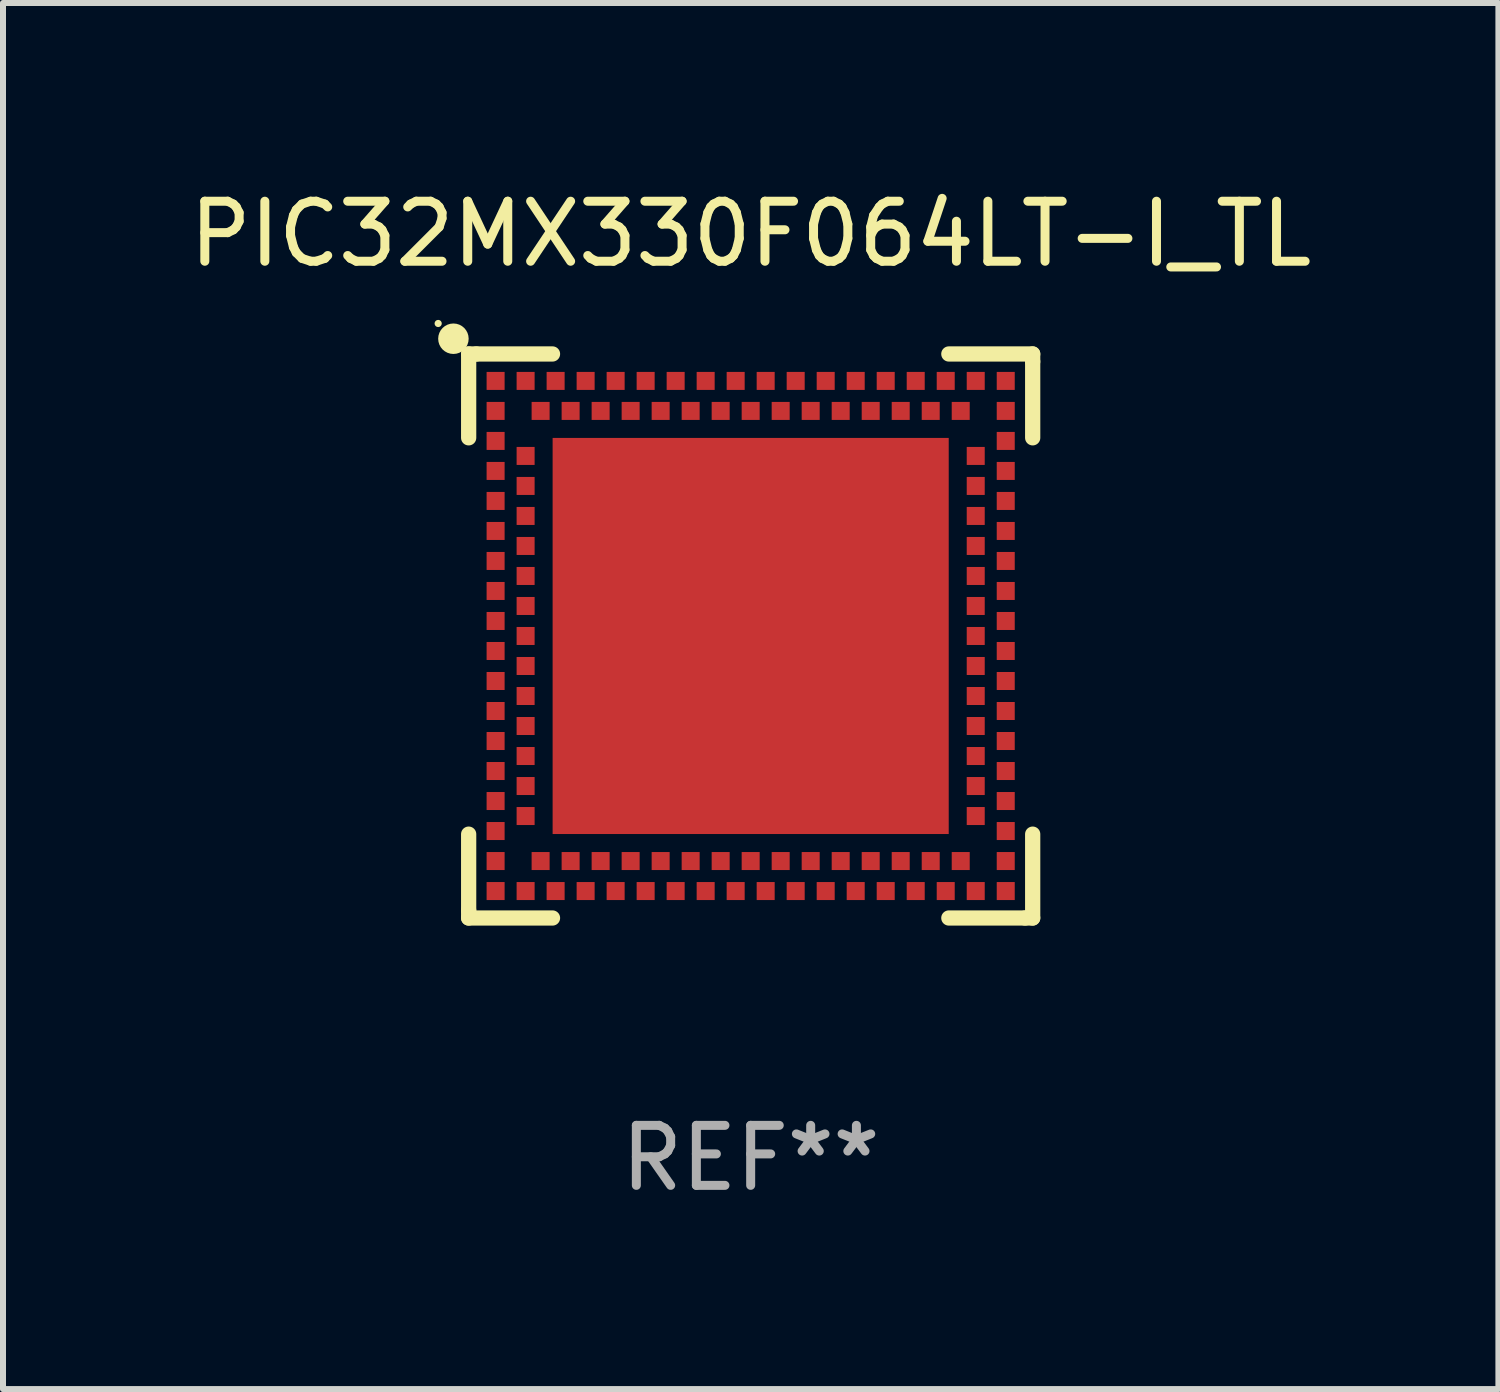
<source format=kicad_pcb>
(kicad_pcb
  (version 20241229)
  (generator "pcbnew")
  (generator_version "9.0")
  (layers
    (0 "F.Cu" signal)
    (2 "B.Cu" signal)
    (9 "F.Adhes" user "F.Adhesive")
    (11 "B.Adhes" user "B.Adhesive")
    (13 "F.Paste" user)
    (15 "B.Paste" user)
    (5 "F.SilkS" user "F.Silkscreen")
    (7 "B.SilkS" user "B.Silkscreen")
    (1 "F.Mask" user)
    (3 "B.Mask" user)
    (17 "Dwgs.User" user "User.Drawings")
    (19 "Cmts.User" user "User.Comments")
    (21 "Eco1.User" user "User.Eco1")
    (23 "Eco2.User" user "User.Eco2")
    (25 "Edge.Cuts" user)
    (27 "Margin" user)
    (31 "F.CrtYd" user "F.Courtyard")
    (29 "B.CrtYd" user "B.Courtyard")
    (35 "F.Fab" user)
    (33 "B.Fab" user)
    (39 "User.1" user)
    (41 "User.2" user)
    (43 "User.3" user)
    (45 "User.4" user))
  (footprint "PIC32MX330F064LT-I_TL"
    (layer "F.Cu")
    (at 9.458 7.547)
    (property "Reference" "PIC32MX330F064LT-I_TL" (at 0 -6.699 0) (layer "F.SilkS") (effects (font (size 1 1) (thickness 0.15))))
    (attr through_hole)
    (fp_line (start -4.699 -4.699) (end -4.699 -3.302) (stroke (width 0.254) (type solid)) (layer "F.SilkS"))
    (fp_line (start -4.699 3.302) (end -4.699 4.572) (stroke (width 0.254) (type solid)) (layer "F.SilkS"))
    (fp_line (start -4.699 4.572) (end -4.699 4.699) (stroke (width 0.254) (type solid)) (layer "F.SilkS"))
    (fp_line (start -4.699 4.699) (end -3.302 4.699) (stroke (width 0.254) (type solid)) (layer "F.SilkS"))
    (fp_line (start -4.572 -4.699) (end -4.699 -4.699) (stroke (width 0.254) (type solid)) (layer "F.SilkS"))
    (fp_line (start -3.302 -4.699) (end -4.572 -4.699) (stroke (width 0.254) (type solid)) (layer "F.SilkS"))
    (fp_line (start 3.302 4.699) (end 4.572 4.699) (stroke (width 0.254) (type solid)) (layer "F.SilkS"))
    (fp_line (start 4.572 4.699) (end 4.699 4.699) (stroke (width 0.254) (type solid)) (layer "F.SilkS"))
    (fp_line (start 4.699 -4.699) (end 3.302 -4.699) (stroke (width 0.254) (type solid)) (layer "F.SilkS"))
    (fp_line (start 4.699 -4.572) (end 4.699 -4.699) (stroke (width 0.254) (type solid)) (layer "F.SilkS"))
    (fp_line (start 4.699 -3.302) (end 4.699 -4.572) (stroke (width 0.254) (type solid)) (layer "F.SilkS"))
    (fp_line (start 4.699 4.699) (end 4.699 3.302) (stroke (width 0.254) (type solid)) (layer "F.SilkS"))
    (fp_circle (center -5.207 -5.207) (end -5.177 -5.207) (stroke (width 0.06) (type solid)) (fill no) (layer "F.SilkS"))
    (fp_circle (center -4.953 -4.953) (end -4.826 -4.953) (stroke (width 0.254) (type solid)) (fill no) (layer "F.SilkS"))
    (fp_text user "REF**" (at 0 8.699 0) (layer "F.Fab") (effects (font (size 1 1) (thickness 0.15))))
    (pad "125" smd rect (at 0.000025 -0.000102 90) (size 6.6 6.6) (layers "F.Cu" "F.Mask" "F.Paste"))
    (pad "A1" smd rect (at -4.25 -3.75 90) (size 0.3 0.3) (layers "F.Cu" "F.Mask" "F.Paste"))
    (pad "A2" smd rect (at -4.25 -3.25 90) (size 0.3 0.3) (layers "F.Cu" "F.Mask" "F.Paste"))
    (pad "A3" smd rect (at -4.25 -2.75 90) (size 0.3 0.3) (layers "F.Cu" "F.Mask" "F.Paste"))
    (pad "A4" smd rect (at -4.25 -2.25 90) (size 0.3 0.3) (layers "F.Cu" "F.Mask" "F.Paste"))
    (pad "A5" smd rect (at -4.25 -1.75 90) (size 0.3 0.3) (layers "F.Cu" "F.Mask" "F.Paste"))
    (pad "A6" smd rect (at -4.25 -1.25 90) (size 0.3 0.3) (layers "F.Cu" "F.Mask" "F.Paste"))
    (pad "A7" smd rect (at -4.25 -0.75 90) (size 0.3 0.3) (layers "F.Cu" "F.Mask" "F.Paste"))
    (pad "A8" smd rect (at -4.25 -0.25 90) (size 0.3 0.3) (layers "F.Cu" "F.Mask" "F.Paste"))
    (pad "A9" smd rect (at -4.25 0.25 90) (size 0.3 0.3) (layers "F.Cu" "F.Mask" "F.Paste"))
    (pad "A10" smd rect (at -4.25 0.75 90) (size 0.3 0.3) (layers "F.Cu" "F.Mask" "F.Paste"))
    (pad "A11" smd rect (at -4.25 1.25 90) (size 0.3 0.3) (layers "F.Cu" "F.Mask" "F.Paste"))
    (pad "A12" smd rect (at -4.25 1.75 90) (size 0.3 0.3) (layers "F.Cu" "F.Mask" "F.Paste"))
    (pad "A13" smd rect (at -4.25 2.25 90) (size 0.3 0.3) (layers "F.Cu" "F.Mask" "F.Paste"))
    (pad "A14" smd rect (at -4.25 2.75 90) (size 0.3 0.3) (layers "F.Cu" "F.Mask" "F.Paste"))
    (pad "A15" smd rect (at -4.25 3.25 90) (size 0.3 0.3) (layers "F.Cu" "F.Mask" "F.Paste"))
    (pad "A16" smd rect (at -4.25 3.75 90) (size 0.3 0.3) (layers "F.Cu" "F.Mask" "F.Paste"))
    (pad "A17" smd rect (at -4.25 4.25 90) (size 0.3 0.3) (layers "F.Cu" "F.Mask" "F.Paste"))
    (pad "A18" smd rect (at -3.75 4.25 90) (size 0.3 0.3) (layers "F.Cu" "F.Mask" "F.Paste"))
    (pad "A19" smd rect (at -3.25 4.25 90) (size 0.3 0.3) (layers "F.Cu" "F.Mask" "F.Paste"))
    (pad "A20" smd rect (at -2.75 4.25 90) (size 0.3 0.3) (layers "F.Cu" "F.Mask" "F.Paste"))
    (pad "A21" smd rect (at -2.25 4.25 90) (size 0.3 0.3) (layers "F.Cu" "F.Mask" "F.Paste"))
    (pad "A22" smd rect (at -1.75 4.25 90) (size 0.3 0.3) (layers "F.Cu" "F.Mask" "F.Paste"))
    (pad "A23" smd rect (at -1.25 4.25 90) (size 0.3 0.3) (layers "F.Cu" "F.Mask" "F.Paste"))
    (pad "A24" smd rect (at -0.75 4.25 90) (size 0.3 0.3) (layers "F.Cu" "F.Mask" "F.Paste"))
    (pad "A25" smd rect (at -0.25 4.25 90) (size 0.3 0.3) (layers "F.Cu" "F.Mask" "F.Paste"))
    (pad "A26" smd rect (at 0.25 4.25 90) (size 0.3 0.3) (layers "F.Cu" "F.Mask" "F.Paste"))
    (pad "A27" smd rect (at 0.75 4.25 90) (size 0.3 0.3) (layers "F.Cu" "F.Mask" "F.Paste"))
    (pad "A28" smd rect (at 1.25 4.25 90) (size 0.3 0.3) (layers "F.Cu" "F.Mask" "F.Paste"))
    (pad "A29" smd rect (at 1.75 4.25 90) (size 0.3 0.3) (layers "F.Cu" "F.Mask" "F.Paste"))
    (pad "A30" smd rect (at 2.25 4.25 90) (size 0.3 0.3) (layers "F.Cu" "F.Mask" "F.Paste"))
    (pad "A31" smd rect (at 2.75 4.25 90) (size 0.3 0.3) (layers "F.Cu" "F.Mask" "F.Paste"))
    (pad "A32" smd rect (at 3.25 4.25 90) (size 0.3 0.3) (layers "F.Cu" "F.Mask" "F.Paste"))
    (pad "A33" smd rect (at 3.75 4.25 90) (size 0.3 0.3) (layers "F.Cu" "F.Mask" "F.Paste"))
    (pad "A34" smd rect (at 4.25 4.25 90) (size 0.3 0.3) (layers "F.Cu" "F.Mask" "F.Paste"))
    (pad "A35" smd rect (at 4.25 3.75 90) (size 0.3 0.3) (layers "F.Cu" "F.Mask" "F.Paste"))
    (pad "A36" smd rect (at 4.25 3.25 90) (size 0.3 0.3) (layers "F.Cu" "F.Mask" "F.Paste"))
    (pad "A37" smd rect (at 4.25 2.75 90) (size 0.3 0.3) (layers "F.Cu" "F.Mask" "F.Paste"))
    (pad "A38" smd rect (at 4.25 2.25 90) (size 0.3 0.3) (layers "F.Cu" "F.Mask" "F.Paste"))
    (pad "A39" smd rect (at 4.25 1.75 90) (size 0.3 0.3) (layers "F.Cu" "F.Mask" "F.Paste"))
    (pad "A40" smd rect (at 4.25 1.25 90) (size 0.3 0.3) (layers "F.Cu" "F.Mask" "F.Paste"))
    (pad "A41" smd rect (at 4.25 0.75 90) (size 0.3 0.3) (layers "F.Cu" "F.Mask" "F.Paste"))
    (pad "A42" smd rect (at 4.25 0.25 90) (size 0.3 0.3) (layers "F.Cu" "F.Mask" "F.Paste"))
    (pad "A43" smd rect (at 4.25 -0.25 90) (size 0.3 0.3) (layers "F.Cu" "F.Mask" "F.Paste"))
    (pad "A44" smd rect (at 4.25 -0.75 90) (size 0.3 0.3) (layers "F.Cu" "F.Mask" "F.Paste"))
    (pad "A45" smd rect (at 4.25 -1.25 90) (size 0.3 0.3) (layers "F.Cu" "F.Mask" "F.Paste"))
    (pad "A46" smd rect (at 4.25 -1.75 90) (size 0.3 0.3) (layers "F.Cu" "F.Mask" "F.Paste"))
    (pad "A47" smd rect (at 4.25 -2.25 90) (size 0.3 0.3) (layers "F.Cu" "F.Mask" "F.Paste"))
    (pad "A48" smd rect (at 4.25 -2.75 90) (size 0.3 0.3) (layers "F.Cu" "F.Mask" "F.Paste"))
    (pad "A49" smd rect (at 4.25 -3.25 90) (size 0.3 0.3) (layers "F.Cu" "F.Mask" "F.Paste"))
    (pad "A50" smd rect (at 4.25 -3.75 90) (size 0.3 0.3) (layers "F.Cu" "F.Mask" "F.Paste"))
    (pad "A51" smd rect (at 4.25 -4.25 90) (size 0.3 0.3) (layers "F.Cu" "F.Mask" "F.Paste"))
    (pad "A52" smd rect (at 3.75 -4.25 90) (size 0.3 0.3) (layers "F.Cu" "F.Mask" "F.Paste"))
    (pad "A53" smd rect (at 3.25 -4.25 90) (size 0.3 0.3) (layers "F.Cu" "F.Mask" "F.Paste"))
    (pad "A54" smd rect (at 2.75 -4.25 90) (size 0.3 0.3) (layers "F.Cu" "F.Mask" "F.Paste"))
    (pad "A55" smd rect (at 2.25 -4.25 90) (size 0.3 0.3) (layers "F.Cu" "F.Mask" "F.Paste"))
    (pad "A56" smd rect (at 1.75 -4.25 90) (size 0.3 0.3) (layers "F.Cu" "F.Mask" "F.Paste"))
    (pad "A57" smd rect (at 1.25 -4.25 90) (size 0.3 0.3) (layers "F.Cu" "F.Mask" "F.Paste"))
    (pad "A58" smd rect (at 0.75 -4.25 90) (size 0.3 0.3) (layers "F.Cu" "F.Mask" "F.Paste"))
    (pad "A59" smd rect (at 0.25 -4.25 90) (size 0.3 0.3) (layers "F.Cu" "F.Mask" "F.Paste"))
    (pad "A60" smd rect (at -0.25 -4.25 90) (size 0.3 0.3) (layers "F.Cu" "F.Mask" "F.Paste"))
    (pad "A61" smd rect (at -0.75 -4.25 90) (size 0.3 0.3) (layers "F.Cu" "F.Mask" "F.Paste"))
    (pad "A62" smd rect (at -1.25 -4.25 90) (size 0.3 0.3) (layers "F.Cu" "F.Mask" "F.Paste"))
    (pad "A63" smd rect (at -1.75 -4.25 90) (size 0.3 0.3) (layers "F.Cu" "F.Mask" "F.Paste"))
    (pad "A64" smd rect (at -2.25 -4.25 90) (size 0.3 0.3) (layers "F.Cu" "F.Mask" "F.Paste"))
    (pad "A65" smd rect (at -2.75 -4.25 90) (size 0.3 0.3) (layers "F.Cu" "F.Mask" "F.Paste"))
    (pad "A66" smd rect (at -3.25 -4.25 90) (size 0.3 0.3) (layers "F.Cu" "F.Mask" "F.Paste"))
    (pad "A67" smd rect (at -3.75 -4.25 90) (size 0.3 0.3) (layers "F.Cu" "F.Mask" "F.Paste"))
    (pad "A68" smd rect (at -4.25 -4.25 90) (size 0.3 0.3) (layers "F.Cu" "F.Mask" "F.Paste"))
    (pad "B1" smd rect (at -3.75 -3 90) (size 0.3 0.3) (layers "F.Cu" "F.Mask" "F.Paste"))
    (pad "B2" smd rect (at -3.75 -2.5 90) (size 0.3 0.3) (layers "F.Cu" "F.Mask" "F.Paste"))
    (pad "B3" smd rect (at -3.75 -2 90) (size 0.3 0.3) (layers "F.Cu" "F.Mask" "F.Paste"))
    (pad "B4" smd rect (at -3.75 -1.5 90) (size 0.3 0.3) (layers "F.Cu" "F.Mask" "F.Paste"))
    (pad "B5" smd rect (at -3.75 -1 90) (size 0.3 0.3) (layers "F.Cu" "F.Mask" "F.Paste"))
    (pad "B6" smd rect (at -3.75 -0.5 90) (size 0.3 0.3) (layers "F.Cu" "F.Mask" "F.Paste"))
    (pad "B7" smd rect (at -3.75 -0.000102 90) (size 0.3 0.3) (layers "F.Cu" "F.Mask" "F.Paste"))
    (pad "B8" smd rect (at -3.75 0.5 90) (size 0.3 0.3) (layers "F.Cu" "F.Mask" "F.Paste"))
    (pad "B9" smd rect (at -3.75 1 90) (size 0.3 0.3) (layers "F.Cu" "F.Mask" "F.Paste"))
    (pad "B10" smd rect (at -3.75 1.5 90) (size 0.3 0.3) (layers "F.Cu" "F.Mask" "F.Paste"))
    (pad "B11" smd rect (at -3.75 2 90) (size 0.3 0.3) (layers "F.Cu" "F.Mask" "F.Paste"))
    (pad "B12" smd rect (at -3.75 2.5 90) (size 0.3 0.3) (layers "F.Cu" "F.Mask" "F.Paste"))
    (pad "B13" smd rect (at -3.75 3 90) (size 0.3 0.3) (layers "F.Cu" "F.Mask" "F.Paste"))
    (pad "B14" smd rect (at -3.5 3.75 90) (size 0.3 0.3) (layers "F.Cu" "F.Mask" "F.Paste"))
    (pad "B15" smd rect (at -3 3.75 90) (size 0.3 0.3) (layers "F.Cu" "F.Mask" "F.Paste"))
    (pad "B16" smd rect (at -2.5 3.75 90) (size 0.3 0.3) (layers "F.Cu" "F.Mask" "F.Paste"))
    (pad "B17" smd rect (at -2 3.75 90) (size 0.3 0.3) (layers "F.Cu" "F.Mask" "F.Paste"))
    (pad "B18" smd rect (at -1.5 3.75 90) (size 0.3 0.3) (layers "F.Cu" "F.Mask" "F.Paste"))
    (pad "B19" smd rect (at -1 3.75 90) (size 0.3 0.3) (layers "F.Cu" "F.Mask" "F.Paste"))
    (pad "B20" smd rect (at -0.5 3.75 90) (size 0.3 0.3) (layers "F.Cu" "F.Mask" "F.Paste"))
    (pad "B21" smd rect (at 0.000025 3.75 90) (size 0.3 0.3) (layers "F.Cu" "F.Mask" "F.Paste"))
    (pad "B22" smd rect (at 0.5 3.75 90) (size 0.3 0.3) (layers "F.Cu" "F.Mask" "F.Paste"))
    (pad "B23" smd rect (at 1 3.75 90) (size 0.3 0.3) (layers "F.Cu" "F.Mask" "F.Paste"))
    (pad "B24" smd rect (at 1.5 3.75 90) (size 0.3 0.3) (layers "F.Cu" "F.Mask" "F.Paste"))
    (pad "B25" smd rect (at 2 3.75 90) (size 0.3 0.3) (layers "F.Cu" "F.Mask" "F.Paste"))
    (pad "B26" smd rect (at 2.5 3.75 90) (size 0.3 0.3) (layers "F.Cu" "F.Mask" "F.Paste"))
    (pad "B27" smd rect (at 3 3.75 90) (size 0.3 0.3) (layers "F.Cu" "F.Mask" "F.Paste"))
    (pad "B28" smd rect (at 3.5 3.75 90) (size 0.3 0.3) (layers "F.Cu" "F.Mask" "F.Paste"))
    (pad "B29" smd rect (at 3.75 3 90) (size 0.3 0.3) (layers "F.Cu" "F.Mask" "F.Paste"))
    (pad "B30" smd rect (at 3.75 2.5 90) (size 0.3 0.3) (layers "F.Cu" "F.Mask" "F.Paste"))
    (pad "B31" smd rect (at 3.75 2 90) (size 0.3 0.3) (layers "F.Cu" "F.Mask" "F.Paste"))
    (pad "B32" smd rect (at 3.75 1.5 90) (size 0.3 0.3) (layers "F.Cu" "F.Mask" "F.Paste"))
    (pad "B33" smd rect (at 3.75 1 90) (size 0.3 0.3) (layers "F.Cu" "F.Mask" "F.Paste"))
    (pad "B34" smd rect (at 3.75 0.5 90) (size 0.3 0.3) (layers "F.Cu" "F.Mask" "F.Paste"))
    (pad "B35" smd rect (at 3.75 -0.000102 90) (size 0.3 0.3) (layers "F.Cu" "F.Mask" "F.Paste"))
    (pad "B36" smd rect (at 3.75 -0.5 90) (size 0.3 0.3) (layers "F.Cu" "F.Mask" "F.Paste"))
    (pad "B37" smd rect (at 3.75 -1 90) (size 0.3 0.3) (layers "F.Cu" "F.Mask" "F.Paste"))
    (pad "B38" smd rect (at 3.75 -1.5 90) (size 0.3 0.3) (layers "F.Cu" "F.Mask" "F.Paste"))
    (pad "B39" smd rect (at 3.75 -2 90) (size 0.3 0.3) (layers "F.Cu" "F.Mask" "F.Paste"))
    (pad "B40" smd rect (at 3.75 -2.5 90) (size 0.3 0.3) (layers "F.Cu" "F.Mask" "F.Paste"))
    (pad "B41" smd rect (at 3.75 -3 90) (size 0.3 0.3) (layers "F.Cu" "F.Mask" "F.Paste"))
    (pad "B42" smd rect (at 3.5 -3.75 90) (size 0.3 0.3) (layers "F.Cu" "F.Mask" "F.Paste"))
    (pad "B43" smd rect (at 3 -3.75 90) (size 0.3 0.3) (layers "F.Cu" "F.Mask" "F.Paste"))
    (pad "B44" smd rect (at 2.5 -3.75 90) (size 0.3 0.3) (layers "F.Cu" "F.Mask" "F.Paste"))
    (pad "B45" smd rect (at 2 -3.75 90) (size 0.3 0.3) (layers "F.Cu" "F.Mask" "F.Paste"))
    (pad "B46" smd rect (at 1.5 -3.75 90) (size 0.3 0.3) (layers "F.Cu" "F.Mask" "F.Paste"))
    (pad "B47" smd rect (at 1 -3.75 90) (size 0.3 0.3) (layers "F.Cu" "F.Mask" "F.Paste"))
    (pad "B48" smd rect (at 0.5 -3.75 90) (size 0.3 0.3) (layers "F.Cu" "F.Mask" "F.Paste"))
    (pad "B49" smd rect (at 0.000025 -3.75 90) (size 0.3 0.3) (layers "F.Cu" "F.Mask" "F.Paste"))
    (pad "B50" smd rect (at -0.5 -3.75 90) (size 0.3 0.3) (layers "F.Cu" "F.Mask" "F.Paste"))
    (pad "B51" smd rect (at -1 -3.75 90) (size 0.3 0.3) (layers "F.Cu" "F.Mask" "F.Paste"))
    (pad "B52" smd rect (at -1.5 -3.75 90) (size 0.3 0.3) (layers "F.Cu" "F.Mask" "F.Paste"))
    (pad "B53" smd rect (at -2 -3.75 90) (size 0.3 0.3) (layers "F.Cu" "F.Mask" "F.Paste"))
    (pad "B54" smd rect (at -2.5 -3.75 90) (size 0.3 0.3) (layers "F.Cu" "F.Mask" "F.Paste"))
    (pad "B55" smd rect (at -3 -3.75 90) (size 0.3 0.3) (layers "F.Cu" "F.Mask" "F.Paste"))
    (pad "B56" smd rect (at -3.5 -3.75 90) (size 0.3 0.3) (layers "F.Cu" "F.Mask" "F.Paste")))
  (gr_rect
    (start -3 -3)
    (end 21.917 20.095)
    (stroke (width 0.1) (type default))
    (fill no)
    (layer "Edge.Cuts")))
</source>
